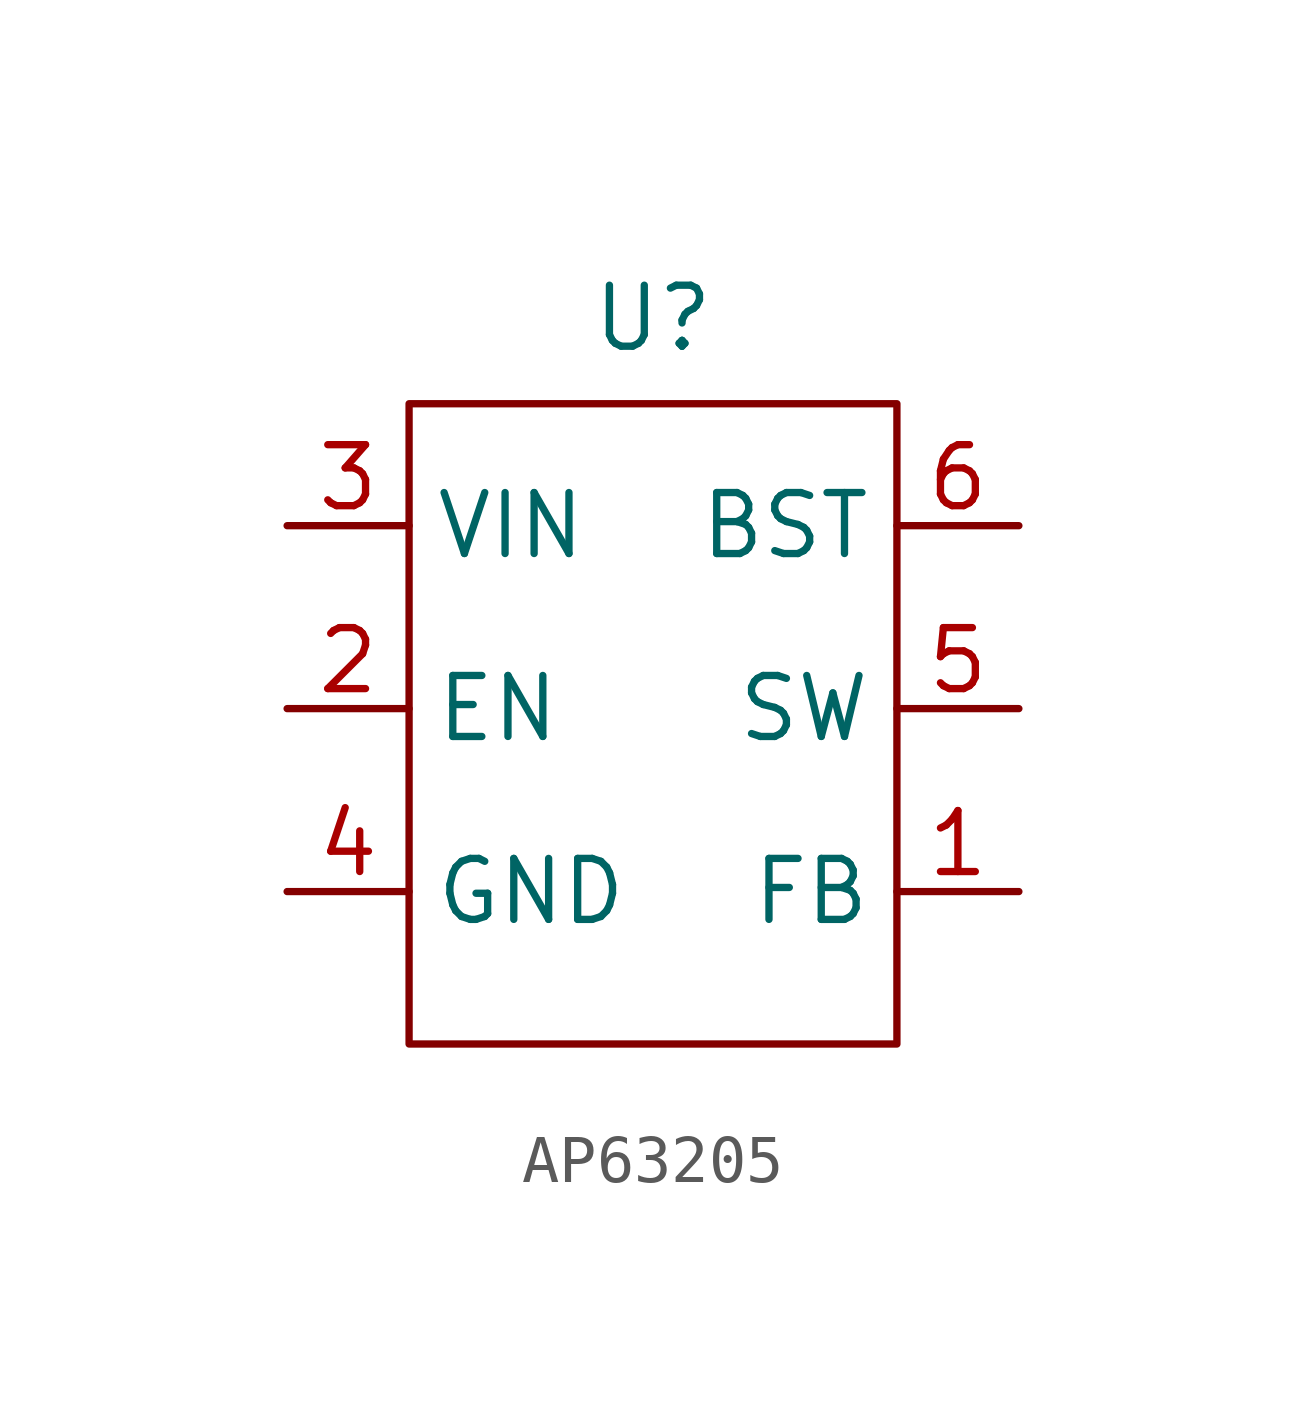
<source format=kicad_sym>
(kicad_symbol_lib
  (version 20231120)
  (generator "kicad_symbol_editor")
  (generator_version "8.0")
  (symbol "AP63205"
    (property "Reference" "U"
      (at 0 8.128 0)
      (effects (font (size 1.27 1.27))))
    (property "Value" ""
      (at 0 4.064 0)
      (effects (font (size 1.27 1.27))))
    (symbol "AP63205_0_1"
      (rectangle (start -5.08 6.35) (end 5.08 -6.985) (stroke (width 0) (type default)) (fill (type none))))
    (symbol "AP63205_1_1"
      (pin input line (at 7.62 -3.81 180) (length 2.54) (name "FB" (effects (font (size 1.27 1.27)))) (number "1" (effects (font (size 1.27 1.27)))))
      (pin input line (at -7.62 0 0) (length 2.54) (name "EN" (effects (font (size 1.27 1.27)))) (number "2" (effects (font (size 1.27 1.27)))))
      (pin power_in line (at -7.62 3.81 0) (length 2.54) (name "VIN" (effects (font (size 1.27 1.27)))) (number "3" (effects (font (size 1.27 1.27)))))
      (pin power_in line (at -7.62 -3.81 0) (length 2.54) (name "GND" (effects (font (size 1.27 1.27)))) (number "4" (effects (font (size 1.27 1.27)))))
      (pin power_out line (at 7.62 0 180) (length 2.54) (name "SW" (effects (font (size 1.27 1.27)))) (number "5" (effects (font (size 1.27 1.27)))))
      (pin input line (at 7.62 3.81 180) (length 2.54) (name "BST" (effects (font (size 1.27 1.27)))) (number "6" (effects (font (size 1.27 1.27))))))))
</source>
